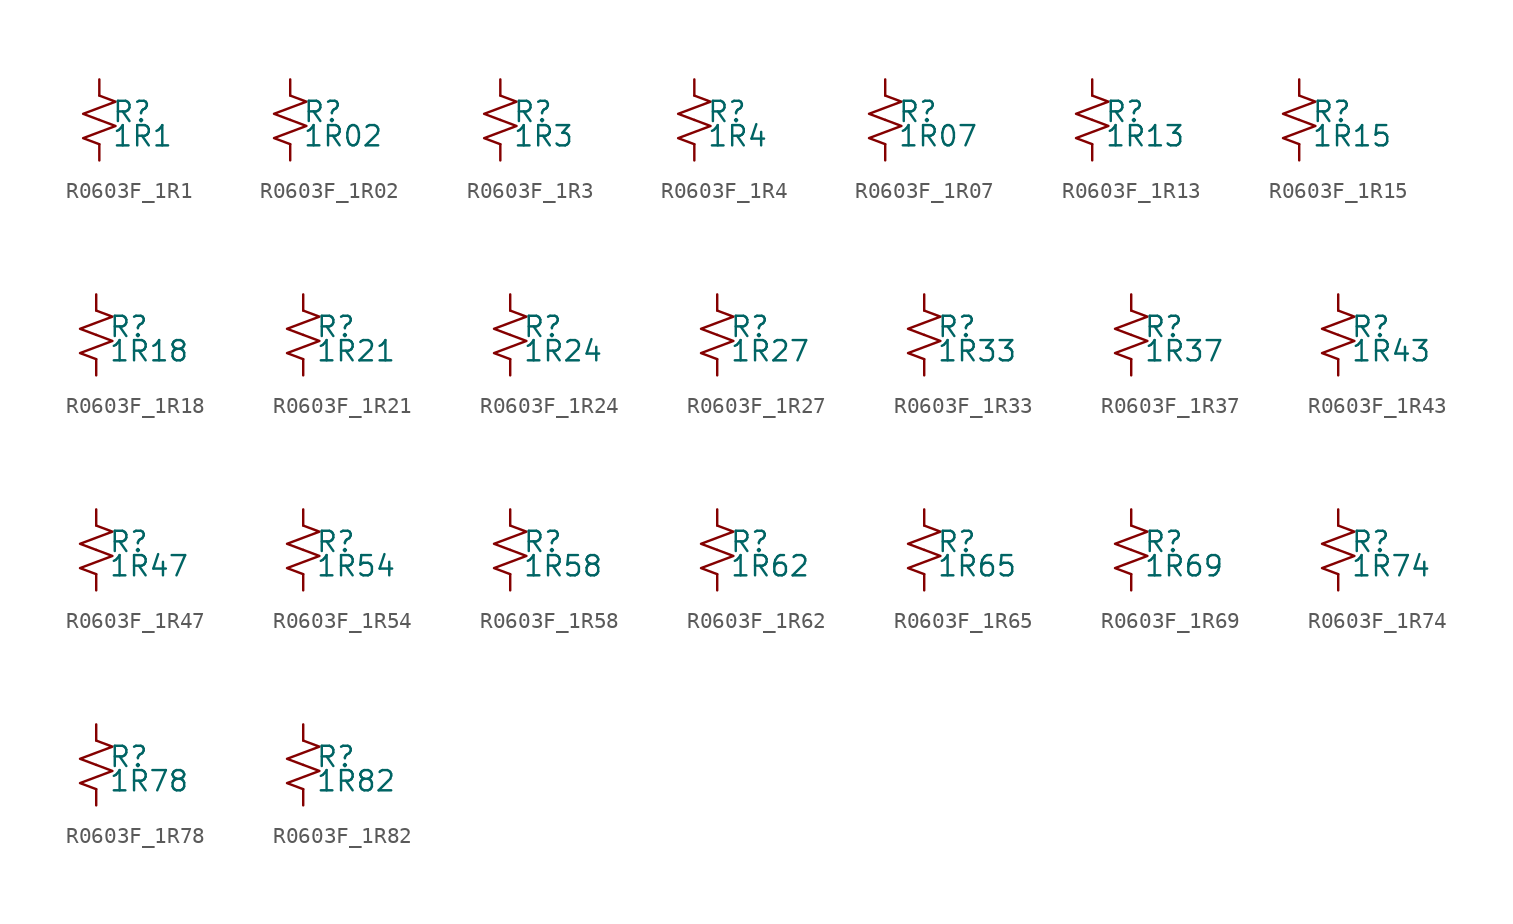
<source format=kicad_sym>
(kicad_symbol_lib
  (version 20220914)
  (generator kicad_symbol_editor)
  (symbol "R0603F_1R1"
    (pin_numbers hide)
    (pin_names
      (offset 0.254) hide)
    (property "Reference" "R"
      (at 0.762 0.508 0)
      (effects (font (size 1.27 1.27)) (justify left)))
    (property "Value" "1R1"
      (at 0.762 -1.016 0)
      (effects (font (size 1.27 1.27)) (justify left)))
    (symbol "R0603F_1R1_1_1"
      (polyline (pts (xy 0 0) (xy 1.016 -0.381) (xy 0 -0.762) (xy -1.016 -1.143) (xy 0 -1.524)) (stroke (width 0) (type default)) (fill (type none)))
      (polyline (pts (xy 0 1.524) (xy 1.016 1.143) (xy 0 0.762) (xy -1.016 0.381) (xy 0 0)) (stroke (width 0) (type default)) (fill (type none)))
      (pin passive line (at 0 2.54 270) (length 1.016) (name "~" (effects (font (size 1.27 1.27)))) (number "1" (effects (font (size 1.27 1.27)))))
      (pin passive line (at 0 -2.54 90) (length 1.016) (name "~" (effects (font (size 1.27 1.27)))) (number "2" (effects (font (size 1.27 1.27)))))))
  (symbol "R0603F_1R02"
    (pin_numbers hide)
    (pin_names
      (offset 0.254) hide)
    (property "Reference" "R"
      (at 0.762 0.508 0)
      (effects (font (size 1.27 1.27)) (justify left)))
    (property "Value" "1R02"
      (at 0.762 -1.016 0)
      (effects (font (size 1.27 1.27)) (justify left)))
    (symbol "R0603F_1R02_1_1"
      (polyline (pts (xy 0 0) (xy 1.016 -0.381) (xy 0 -0.762) (xy -1.016 -1.143) (xy 0 -1.524)) (stroke (width 0) (type default)) (fill (type none)))
      (polyline (pts (xy 0 1.524) (xy 1.016 1.143) (xy 0 0.762) (xy -1.016 0.381) (xy 0 0)) (stroke (width 0) (type default)) (fill (type none)))
      (pin passive line (at 0 2.54 270) (length 1.016) (name "~" (effects (font (size 1.27 1.27)))) (number "1" (effects (font (size 1.27 1.27)))))
      (pin passive line (at 0 -2.54 90) (length 1.016) (name "~" (effects (font (size 1.27 1.27)))) (number "2" (effects (font (size 1.27 1.27)))))))
  (symbol "R0603F_1R3"
    (pin_numbers hide)
    (pin_names
      (offset 0.254) hide)
    (property "Reference" "R"
      (at 0.762 0.508 0)
      (effects (font (size 1.27 1.27)) (justify left)))
    (property "Value" "1R3"
      (at 0.762 -1.016 0)
      (effects (font (size 1.27 1.27)) (justify left)))
    (symbol "R0603F_1R3_1_1"
      (polyline (pts (xy 0 0) (xy 1.016 -0.381) (xy 0 -0.762) (xy -1.016 -1.143) (xy 0 -1.524)) (stroke (width 0) (type default)) (fill (type none)))
      (polyline (pts (xy 0 1.524) (xy 1.016 1.143) (xy 0 0.762) (xy -1.016 0.381) (xy 0 0)) (stroke (width 0) (type default)) (fill (type none)))
      (pin passive line (at 0 2.54 270) (length 1.016) (name "~" (effects (font (size 1.27 1.27)))) (number "1" (effects (font (size 1.27 1.27)))))
      (pin passive line (at 0 -2.54 90) (length 1.016) (name "~" (effects (font (size 1.27 1.27)))) (number "2" (effects (font (size 1.27 1.27)))))))
  (symbol "R0603F_1R4"
    (pin_numbers hide)
    (pin_names
      (offset 0.254) hide)
    (property "Reference" "R"
      (at 0.762 0.508 0)
      (effects (font (size 1.27 1.27)) (justify left)))
    (property "Value" "1R4"
      (at 0.762 -1.016 0)
      (effects (font (size 1.27 1.27)) (justify left)))
    (symbol "R0603F_1R4_1_1"
      (polyline (pts (xy 0 0) (xy 1.016 -0.381) (xy 0 -0.762) (xy -1.016 -1.143) (xy 0 -1.524)) (stroke (width 0) (type default)) (fill (type none)))
      (polyline (pts (xy 0 1.524) (xy 1.016 1.143) (xy 0 0.762) (xy -1.016 0.381) (xy 0 0)) (stroke (width 0) (type default)) (fill (type none)))
      (pin passive line (at 0 2.54 270) (length 1.016) (name "~" (effects (font (size 1.27 1.27)))) (number "1" (effects (font (size 1.27 1.27)))))
      (pin passive line (at 0 -2.54 90) (length 1.016) (name "~" (effects (font (size 1.27 1.27)))) (number "2" (effects (font (size 1.27 1.27)))))))
  (symbol "R0603F_1R07"
    (pin_numbers hide)
    (pin_names
      (offset 0.254) hide)
    (property "Reference" "R"
      (at 0.762 0.508 0)
      (effects (font (size 1.27 1.27)) (justify left)))
    (property "Value" "1R07"
      (at 0.762 -1.016 0)
      (effects (font (size 1.27 1.27)) (justify left)))
    (symbol "R0603F_1R07_1_1"
      (polyline (pts (xy 0 0) (xy 1.016 -0.381) (xy 0 -0.762) (xy -1.016 -1.143) (xy 0 -1.524)) (stroke (width 0) (type default)) (fill (type none)))
      (polyline (pts (xy 0 1.524) (xy 1.016 1.143) (xy 0 0.762) (xy -1.016 0.381) (xy 0 0)) (stroke (width 0) (type default)) (fill (type none)))
      (pin passive line (at 0 2.54 270) (length 1.016) (name "~" (effects (font (size 1.27 1.27)))) (number "1" (effects (font (size 1.27 1.27)))))
      (pin passive line (at 0 -2.54 90) (length 1.016) (name "~" (effects (font (size 1.27 1.27)))) (number "2" (effects (font (size 1.27 1.27)))))))
  (symbol "R0603F_1R13"
    (pin_numbers hide)
    (pin_names
      (offset 0.254) hide)
    (property "Reference" "R"
      (at 0.762 0.508 0)
      (effects (font (size 1.27 1.27)) (justify left)))
    (property "Value" "1R13"
      (at 0.762 -1.016 0)
      (effects (font (size 1.27 1.27)) (justify left)))
    (symbol "R0603F_1R13_1_1"
      (polyline (pts (xy 0 0) (xy 1.016 -0.381) (xy 0 -0.762) (xy -1.016 -1.143) (xy 0 -1.524)) (stroke (width 0) (type default)) (fill (type none)))
      (polyline (pts (xy 0 1.524) (xy 1.016 1.143) (xy 0 0.762) (xy -1.016 0.381) (xy 0 0)) (stroke (width 0) (type default)) (fill (type none)))
      (pin passive line (at 0 2.54 270) (length 1.016) (name "~" (effects (font (size 1.27 1.27)))) (number "1" (effects (font (size 1.27 1.27)))))
      (pin passive line (at 0 -2.54 90) (length 1.016) (name "~" (effects (font (size 1.27 1.27)))) (number "2" (effects (font (size 1.27 1.27)))))))
  (symbol "R0603F_1R15"
    (pin_numbers hide)
    (pin_names
      (offset 0.254) hide)
    (property "Reference" "R"
      (at 0.762 0.508 0)
      (effects (font (size 1.27 1.27)) (justify left)))
    (property "Value" "1R15"
      (at 0.762 -1.016 0)
      (effects (font (size 1.27 1.27)) (justify left)))
    (symbol "R0603F_1R15_1_1"
      (polyline (pts (xy 0 0) (xy 1.016 -0.381) (xy 0 -0.762) (xy -1.016 -1.143) (xy 0 -1.524)) (stroke (width 0) (type default)) (fill (type none)))
      (polyline (pts (xy 0 1.524) (xy 1.016 1.143) (xy 0 0.762) (xy -1.016 0.381) (xy 0 0)) (stroke (width 0) (type default)) (fill (type none)))
      (pin passive line (at 0 2.54 270) (length 1.016) (name "~" (effects (font (size 1.27 1.27)))) (number "1" (effects (font (size 1.27 1.27)))))
      (pin passive line (at 0 -2.54 90) (length 1.016) (name "~" (effects (font (size 1.27 1.27)))) (number "2" (effects (font (size 1.27 1.27)))))))
  (symbol "R0603F_1R18"
    (pin_numbers hide)
    (pin_names
      (offset 0.254) hide)
    (property "Reference" "R"
      (at 0.762 0.508 0)
      (effects (font (size 1.27 1.27)) (justify left)))
    (property "Value" "1R18"
      (at 0.762 -1.016 0)
      (effects (font (size 1.27 1.27)) (justify left)))
    (symbol "R0603F_1R18_1_1"
      (polyline (pts (xy 0 0) (xy 1.016 -0.381) (xy 0 -0.762) (xy -1.016 -1.143) (xy 0 -1.524)) (stroke (width 0) (type default)) (fill (type none)))
      (polyline (pts (xy 0 1.524) (xy 1.016 1.143) (xy 0 0.762) (xy -1.016 0.381) (xy 0 0)) (stroke (width 0) (type default)) (fill (type none)))
      (pin passive line (at 0 2.54 270) (length 1.016) (name "~" (effects (font (size 1.27 1.27)))) (number "1" (effects (font (size 1.27 1.27)))))
      (pin passive line (at 0 -2.54 90) (length 1.016) (name "~" (effects (font (size 1.27 1.27)))) (number "2" (effects (font (size 1.27 1.27)))))))
  (symbol "R0603F_1R21"
    (pin_numbers hide)
    (pin_names
      (offset 0.254) hide)
    (property "Reference" "R"
      (at 0.762 0.508 0)
      (effects (font (size 1.27 1.27)) (justify left)))
    (property "Value" "1R21"
      (at 0.762 -1.016 0)
      (effects (font (size 1.27 1.27)) (justify left)))
    (symbol "R0603F_1R21_1_1"
      (polyline (pts (xy 0 0) (xy 1.016 -0.381) (xy 0 -0.762) (xy -1.016 -1.143) (xy 0 -1.524)) (stroke (width 0) (type default)) (fill (type none)))
      (polyline (pts (xy 0 1.524) (xy 1.016 1.143) (xy 0 0.762) (xy -1.016 0.381) (xy 0 0)) (stroke (width 0) (type default)) (fill (type none)))
      (pin passive line (at 0 2.54 270) (length 1.016) (name "~" (effects (font (size 1.27 1.27)))) (number "1" (effects (font (size 1.27 1.27)))))
      (pin passive line (at 0 -2.54 90) (length 1.016) (name "~" (effects (font (size 1.27 1.27)))) (number "2" (effects (font (size 1.27 1.27)))))))
  (symbol "R0603F_1R24"
    (pin_numbers hide)
    (pin_names
      (offset 0.254) hide)
    (property "Reference" "R"
      (at 0.762 0.508 0)
      (effects (font (size 1.27 1.27)) (justify left)))
    (property "Value" "1R24"
      (at 0.762 -1.016 0)
      (effects (font (size 1.27 1.27)) (justify left)))
    (symbol "R0603F_1R24_1_1"
      (polyline (pts (xy 0 0) (xy 1.016 -0.381) (xy 0 -0.762) (xy -1.016 -1.143) (xy 0 -1.524)) (stroke (width 0) (type default)) (fill (type none)))
      (polyline (pts (xy 0 1.524) (xy 1.016 1.143) (xy 0 0.762) (xy -1.016 0.381) (xy 0 0)) (stroke (width 0) (type default)) (fill (type none)))
      (pin passive line (at 0 2.54 270) (length 1.016) (name "~" (effects (font (size 1.27 1.27)))) (number "1" (effects (font (size 1.27 1.27)))))
      (pin passive line (at 0 -2.54 90) (length 1.016) (name "~" (effects (font (size 1.27 1.27)))) (number "2" (effects (font (size 1.27 1.27)))))))
  (symbol "R0603F_1R27"
    (pin_numbers hide)
    (pin_names
      (offset 0.254) hide)
    (property "Reference" "R"
      (at 0.762 0.508 0)
      (effects (font (size 1.27 1.27)) (justify left)))
    (property "Value" "1R27"
      (at 0.762 -1.016 0)
      (effects (font (size 1.27 1.27)) (justify left)))
    (symbol "R0603F_1R27_1_1"
      (polyline (pts (xy 0 0) (xy 1.016 -0.381) (xy 0 -0.762) (xy -1.016 -1.143) (xy 0 -1.524)) (stroke (width 0) (type default)) (fill (type none)))
      (polyline (pts (xy 0 1.524) (xy 1.016 1.143) (xy 0 0.762) (xy -1.016 0.381) (xy 0 0)) (stroke (width 0) (type default)) (fill (type none)))
      (pin passive line (at 0 2.54 270) (length 1.016) (name "~" (effects (font (size 1.27 1.27)))) (number "1" (effects (font (size 1.27 1.27)))))
      (pin passive line (at 0 -2.54 90) (length 1.016) (name "~" (effects (font (size 1.27 1.27)))) (number "2" (effects (font (size 1.27 1.27)))))))
  (symbol "R0603F_1R33"
    (pin_numbers hide)
    (pin_names
      (offset 0.254) hide)
    (property "Reference" "R"
      (at 0.762 0.508 0)
      (effects (font (size 1.27 1.27)) (justify left)))
    (property "Value" "1R33"
      (at 0.762 -1.016 0)
      (effects (font (size 1.27 1.27)) (justify left)))
    (symbol "R0603F_1R33_1_1"
      (polyline (pts (xy 0 0) (xy 1.016 -0.381) (xy 0 -0.762) (xy -1.016 -1.143) (xy 0 -1.524)) (stroke (width 0) (type default)) (fill (type none)))
      (polyline (pts (xy 0 1.524) (xy 1.016 1.143) (xy 0 0.762) (xy -1.016 0.381) (xy 0 0)) (stroke (width 0) (type default)) (fill (type none)))
      (pin passive line (at 0 2.54 270) (length 1.016) (name "~" (effects (font (size 1.27 1.27)))) (number "1" (effects (font (size 1.27 1.27)))))
      (pin passive line (at 0 -2.54 90) (length 1.016) (name "~" (effects (font (size 1.27 1.27)))) (number "2" (effects (font (size 1.27 1.27)))))))
  (symbol "R0603F_1R37"
    (pin_numbers hide)
    (pin_names
      (offset 0.254) hide)
    (property "Reference" "R"
      (at 0.762 0.508 0)
      (effects (font (size 1.27 1.27)) (justify left)))
    (property "Value" "1R37"
      (at 0.762 -1.016 0)
      (effects (font (size 1.27 1.27)) (justify left)))
    (symbol "R0603F_1R37_1_1"
      (polyline (pts (xy 0 0) (xy 1.016 -0.381) (xy 0 -0.762) (xy -1.016 -1.143) (xy 0 -1.524)) (stroke (width 0) (type default)) (fill (type none)))
      (polyline (pts (xy 0 1.524) (xy 1.016 1.143) (xy 0 0.762) (xy -1.016 0.381) (xy 0 0)) (stroke (width 0) (type default)) (fill (type none)))
      (pin passive line (at 0 2.54 270) (length 1.016) (name "~" (effects (font (size 1.27 1.27)))) (number "1" (effects (font (size 1.27 1.27)))))
      (pin passive line (at 0 -2.54 90) (length 1.016) (name "~" (effects (font (size 1.27 1.27)))) (number "2" (effects (font (size 1.27 1.27)))))))
  (symbol "R0603F_1R43"
    (pin_numbers hide)
    (pin_names
      (offset 0.254) hide)
    (property "Reference" "R"
      (at 0.762 0.508 0)
      (effects (font (size 1.27 1.27)) (justify left)))
    (property "Value" "1R43"
      (at 0.762 -1.016 0)
      (effects (font (size 1.27 1.27)) (justify left)))
    (symbol "R0603F_1R43_1_1"
      (polyline (pts (xy 0 0) (xy 1.016 -0.381) (xy 0 -0.762) (xy -1.016 -1.143) (xy 0 -1.524)) (stroke (width 0) (type default)) (fill (type none)))
      (polyline (pts (xy 0 1.524) (xy 1.016 1.143) (xy 0 0.762) (xy -1.016 0.381) (xy 0 0)) (stroke (width 0) (type default)) (fill (type none)))
      (pin passive line (at 0 2.54 270) (length 1.016) (name "~" (effects (font (size 1.27 1.27)))) (number "1" (effects (font (size 1.27 1.27)))))
      (pin passive line (at 0 -2.54 90) (length 1.016) (name "~" (effects (font (size 1.27 1.27)))) (number "2" (effects (font (size 1.27 1.27)))))))
  (symbol "R0603F_1R47"
    (pin_numbers hide)
    (pin_names
      (offset 0.254) hide)
    (property "Reference" "R"
      (at 0.762 0.508 0)
      (effects (font (size 1.27 1.27)) (justify left)))
    (property "Value" "1R47"
      (at 0.762 -1.016 0)
      (effects (font (size 1.27 1.27)) (justify left)))
    (symbol "R0603F_1R47_1_1"
      (polyline (pts (xy 0 0) (xy 1.016 -0.381) (xy 0 -0.762) (xy -1.016 -1.143) (xy 0 -1.524)) (stroke (width 0) (type default)) (fill (type none)))
      (polyline (pts (xy 0 1.524) (xy 1.016 1.143) (xy 0 0.762) (xy -1.016 0.381) (xy 0 0)) (stroke (width 0) (type default)) (fill (type none)))
      (pin passive line (at 0 2.54 270) (length 1.016) (name "~" (effects (font (size 1.27 1.27)))) (number "1" (effects (font (size 1.27 1.27)))))
      (pin passive line (at 0 -2.54 90) (length 1.016) (name "~" (effects (font (size 1.27 1.27)))) (number "2" (effects (font (size 1.27 1.27)))))))
  (symbol "R0603F_1R54"
    (pin_numbers hide)
    (pin_names
      (offset 0.254) hide)
    (property "Reference" "R"
      (at 0.762 0.508 0)
      (effects (font (size 1.27 1.27)) (justify left)))
    (property "Value" "1R54"
      (at 0.762 -1.016 0)
      (effects (font (size 1.27 1.27)) (justify left)))
    (symbol "R0603F_1R54_1_1"
      (polyline (pts (xy 0 0) (xy 1.016 -0.381) (xy 0 -0.762) (xy -1.016 -1.143) (xy 0 -1.524)) (stroke (width 0) (type default)) (fill (type none)))
      (polyline (pts (xy 0 1.524) (xy 1.016 1.143) (xy 0 0.762) (xy -1.016 0.381) (xy 0 0)) (stroke (width 0) (type default)) (fill (type none)))
      (pin passive line (at 0 2.54 270) (length 1.016) (name "~" (effects (font (size 1.27 1.27)))) (number "1" (effects (font (size 1.27 1.27)))))
      (pin passive line (at 0 -2.54 90) (length 1.016) (name "~" (effects (font (size 1.27 1.27)))) (number "2" (effects (font (size 1.27 1.27)))))))
  (symbol "R0603F_1R58"
    (pin_numbers hide)
    (pin_names
      (offset 0.254) hide)
    (property "Reference" "R"
      (at 0.762 0.508 0)
      (effects (font (size 1.27 1.27)) (justify left)))
    (property "Value" "1R58"
      (at 0.762 -1.016 0)
      (effects (font (size 1.27 1.27)) (justify left)))
    (symbol "R0603F_1R58_1_1"
      (polyline (pts (xy 0 0) (xy 1.016 -0.381) (xy 0 -0.762) (xy -1.016 -1.143) (xy 0 -1.524)) (stroke (width 0) (type default)) (fill (type none)))
      (polyline (pts (xy 0 1.524) (xy 1.016 1.143) (xy 0 0.762) (xy -1.016 0.381) (xy 0 0)) (stroke (width 0) (type default)) (fill (type none)))
      (pin passive line (at 0 2.54 270) (length 1.016) (name "~" (effects (font (size 1.27 1.27)))) (number "1" (effects (font (size 1.27 1.27)))))
      (pin passive line (at 0 -2.54 90) (length 1.016) (name "~" (effects (font (size 1.27 1.27)))) (number "2" (effects (font (size 1.27 1.27)))))))
  (symbol "R0603F_1R62"
    (pin_numbers hide)
    (pin_names
      (offset 0.254) hide)
    (property "Reference" "R"
      (at 0.762 0.508 0)
      (effects (font (size 1.27 1.27)) (justify left)))
    (property "Value" "1R62"
      (at 0.762 -1.016 0)
      (effects (font (size 1.27 1.27)) (justify left)))
    (symbol "R0603F_1R62_1_1"
      (polyline (pts (xy 0 0) (xy 1.016 -0.381) (xy 0 -0.762) (xy -1.016 -1.143) (xy 0 -1.524)) (stroke (width 0) (type default)) (fill (type none)))
      (polyline (pts (xy 0 1.524) (xy 1.016 1.143) (xy 0 0.762) (xy -1.016 0.381) (xy 0 0)) (stroke (width 0) (type default)) (fill (type none)))
      (pin passive line (at 0 2.54 270) (length 1.016) (name "~" (effects (font (size 1.27 1.27)))) (number "1" (effects (font (size 1.27 1.27)))))
      (pin passive line (at 0 -2.54 90) (length 1.016) (name "~" (effects (font (size 1.27 1.27)))) (number "2" (effects (font (size 1.27 1.27)))))))
  (symbol "R0603F_1R65"
    (pin_numbers hide)
    (pin_names
      (offset 0.254) hide)
    (property "Reference" "R"
      (at 0.762 0.508 0)
      (effects (font (size 1.27 1.27)) (justify left)))
    (property "Value" "1R65"
      (at 0.762 -1.016 0)
      (effects (font (size 1.27 1.27)) (justify left)))
    (symbol "R0603F_1R65_1_1"
      (polyline (pts (xy 0 0) (xy 1.016 -0.381) (xy 0 -0.762) (xy -1.016 -1.143) (xy 0 -1.524)) (stroke (width 0) (type default)) (fill (type none)))
      (polyline (pts (xy 0 1.524) (xy 1.016 1.143) (xy 0 0.762) (xy -1.016 0.381) (xy 0 0)) (stroke (width 0) (type default)) (fill (type none)))
      (pin passive line (at 0 2.54 270) (length 1.016) (name "~" (effects (font (size 1.27 1.27)))) (number "1" (effects (font (size 1.27 1.27)))))
      (pin passive line (at 0 -2.54 90) (length 1.016) (name "~" (effects (font (size 1.27 1.27)))) (number "2" (effects (font (size 1.27 1.27)))))))
  (symbol "R0603F_1R69"
    (pin_numbers hide)
    (pin_names
      (offset 0.254) hide)
    (property "Reference" "R"
      (at 0.762 0.508 0)
      (effects (font (size 1.27 1.27)) (justify left)))
    (property "Value" "1R69"
      (at 0.762 -1.016 0)
      (effects (font (size 1.27 1.27)) (justify left)))
    (symbol "R0603F_1R69_1_1"
      (polyline (pts (xy 0 0) (xy 1.016 -0.381) (xy 0 -0.762) (xy -1.016 -1.143) (xy 0 -1.524)) (stroke (width 0) (type default)) (fill (type none)))
      (polyline (pts (xy 0 1.524) (xy 1.016 1.143) (xy 0 0.762) (xy -1.016 0.381) (xy 0 0)) (stroke (width 0) (type default)) (fill (type none)))
      (pin passive line (at 0 2.54 270) (length 1.016) (name "~" (effects (font (size 1.27 1.27)))) (number "1" (effects (font (size 1.27 1.27)))))
      (pin passive line (at 0 -2.54 90) (length 1.016) (name "~" (effects (font (size 1.27 1.27)))) (number "2" (effects (font (size 1.27 1.27)))))))
  (symbol "R0603F_1R74"
    (pin_numbers hide)
    (pin_names
      (offset 0.254) hide)
    (property "Reference" "R"
      (at 0.762 0.508 0)
      (effects (font (size 1.27 1.27)) (justify left)))
    (property "Value" "1R74"
      (at 0.762 -1.016 0)
      (effects (font (size 1.27 1.27)) (justify left)))
    (symbol "R0603F_1R74_1_1"
      (polyline (pts (xy 0 0) (xy 1.016 -0.381) (xy 0 -0.762) (xy -1.016 -1.143) (xy 0 -1.524)) (stroke (width 0) (type default)) (fill (type none)))
      (polyline (pts (xy 0 1.524) (xy 1.016 1.143) (xy 0 0.762) (xy -1.016 0.381) (xy 0 0)) (stroke (width 0) (type default)) (fill (type none)))
      (pin passive line (at 0 2.54 270) (length 1.016) (name "~" (effects (font (size 1.27 1.27)))) (number "1" (effects (font (size 1.27 1.27)))))
      (pin passive line (at 0 -2.54 90) (length 1.016) (name "~" (effects (font (size 1.27 1.27)))) (number "2" (effects (font (size 1.27 1.27)))))))
  (symbol "R0603F_1R78"
    (pin_numbers hide)
    (pin_names
      (offset 0.254) hide)
    (property "Reference" "R"
      (at 0.762 0.508 0)
      (effects (font (size 1.27 1.27)) (justify left)))
    (property "Value" "1R78"
      (at 0.762 -1.016 0)
      (effects (font (size 1.27 1.27)) (justify left)))
    (symbol "R0603F_1R78_1_1"
      (polyline (pts (xy 0 0) (xy 1.016 -0.381) (xy 0 -0.762) (xy -1.016 -1.143) (xy 0 -1.524)) (stroke (width 0) (type default)) (fill (type none)))
      (polyline (pts (xy 0 1.524) (xy 1.016 1.143) (xy 0 0.762) (xy -1.016 0.381) (xy 0 0)) (stroke (width 0) (type default)) (fill (type none)))
      (pin passive line (at 0 2.54 270) (length 1.016) (name "~" (effects (font (size 1.27 1.27)))) (number "1" (effects (font (size 1.27 1.27)))))
      (pin passive line (at 0 -2.54 90) (length 1.016) (name "~" (effects (font (size 1.27 1.27)))) (number "2" (effects (font (size 1.27 1.27)))))))
  (symbol "R0603F_1R82"
    (pin_numbers hide)
    (pin_names
      (offset 0.254) hide)
    (property "Reference" "R"
      (at 0.762 0.508 0)
      (effects (font (size 1.27 1.27)) (justify left)))
    (property "Value" "1R82"
      (at 0.762 -1.016 0)
      (effects (font (size 1.27 1.27)) (justify left)))
    (symbol "R0603F_1R82_1_1"
      (polyline (pts (xy 0 0) (xy 1.016 -0.381) (xy 0 -0.762) (xy -1.016 -1.143) (xy 0 -1.524)) (stroke (width 0) (type default)) (fill (type none)))
      (polyline (pts (xy 0 1.524) (xy 1.016 1.143) (xy 0 0.762) (xy -1.016 0.381) (xy 0 0)) (stroke (width 0) (type default)) (fill (type none)))
      (pin passive line (at 0 2.54 270) (length 1.016) (name "~" (effects (font (size 1.27 1.27)))) (number "1" (effects (font (size 1.27 1.27)))))
      (pin passive line (at 0 -2.54 90) (length 1.016) (name "~" (effects (font (size 1.27 1.27)))) (number "2" (effects (font (size 1.27 1.27))))))))
</source>
